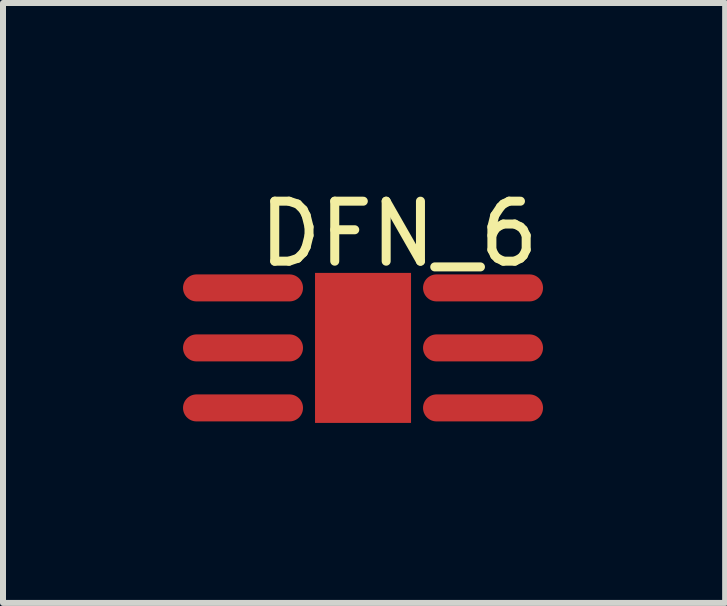
<source format=kicad_pcb>
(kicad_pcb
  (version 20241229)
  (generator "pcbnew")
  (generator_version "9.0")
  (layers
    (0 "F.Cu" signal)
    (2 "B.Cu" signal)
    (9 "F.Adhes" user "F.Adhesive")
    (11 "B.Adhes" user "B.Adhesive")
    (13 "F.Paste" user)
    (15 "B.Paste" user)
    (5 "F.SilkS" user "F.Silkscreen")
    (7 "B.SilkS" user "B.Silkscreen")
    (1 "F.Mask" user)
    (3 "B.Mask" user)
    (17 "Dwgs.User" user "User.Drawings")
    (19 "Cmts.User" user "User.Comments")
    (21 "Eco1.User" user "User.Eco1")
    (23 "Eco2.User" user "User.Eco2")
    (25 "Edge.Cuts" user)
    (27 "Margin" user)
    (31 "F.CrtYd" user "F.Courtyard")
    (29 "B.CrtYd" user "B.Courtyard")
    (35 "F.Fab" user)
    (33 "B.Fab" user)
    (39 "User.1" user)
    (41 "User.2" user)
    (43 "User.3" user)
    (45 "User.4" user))
  (footprint "DFN_6"
    (layer "F.Cu")
    (at 2 1.748)
    (property "Reference" "DFN_6" (at 1.6 -0.9 0) (layer "F.SilkS") (effects (font (size 1 1) (thickness 0.15))))
    (attr through_hole)
    (pad "" smd rect (at 1 1) (size 1.6 2.5) (layers "F.Cu" "F.Mask" "F.Paste"))
    (pad "1" smd oval (at -1 0) (size 2 0.45) (layers "F.Cu" "F.Mask" "F.Paste"))
    (pad "2" smd oval (at -1 1) (size 2 0.45) (layers "F.Cu" "F.Mask" "F.Paste"))
    (pad "3" smd oval (at -1 2) (size 2 0.45) (layers "F.Cu" "F.Mask" "F.Paste"))
    (pad "4" smd oval (at 3 0) (size 2 0.45) (layers "F.Cu" "F.Mask" "F.Paste"))
    (pad "5" smd oval (at 3 1) (size 2 0.45) (layers "F.Cu" "F.Mask" "F.Paste"))
    (pad "6" smd oval (at 3 2) (size 2 0.45) (layers "F.Cu" "F.Mask" "F.Paste")))
  (gr_rect
    (start -3 -3)
    (end 9.035 6.998)
    (stroke (width 0.1) (type default))
    (fill no)
    (layer "Edge.Cuts")))
</source>
